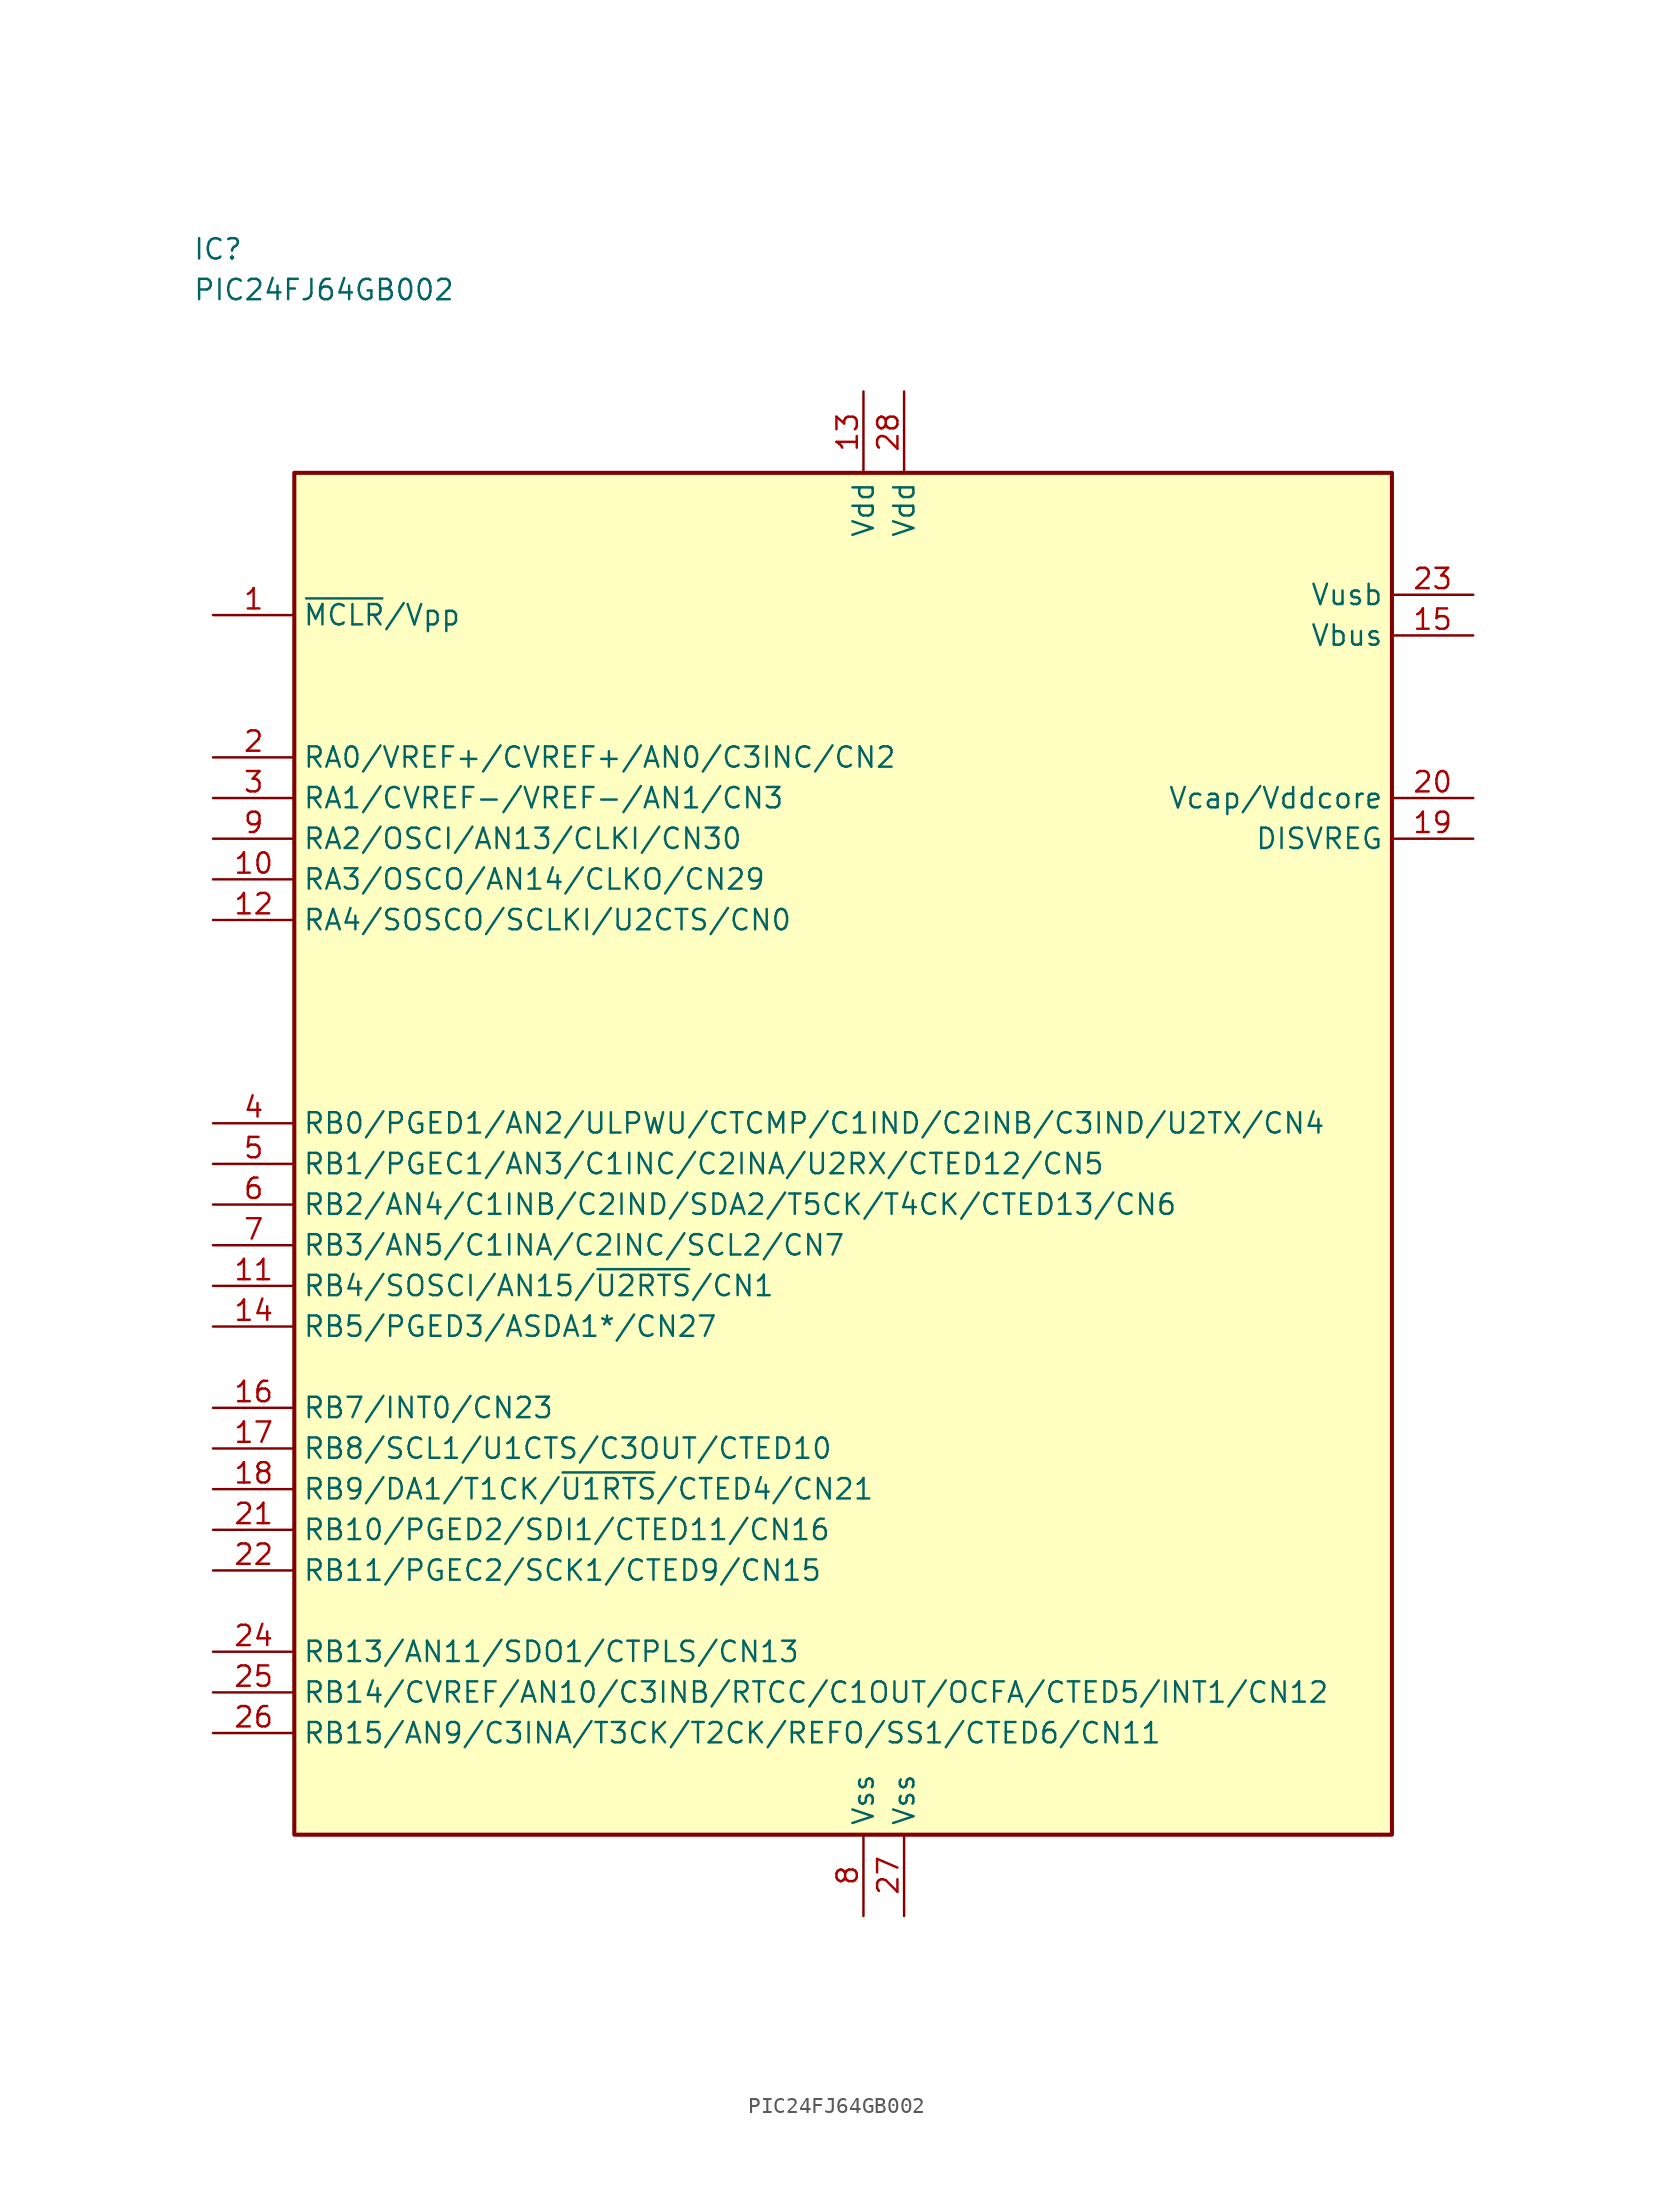
<source format=kicad_sym>
(kicad_symbol_lib
  (version 20211014)
  (generator kicad_symbol_editor)
  (symbol "PIC24FJ64GB002"
    (property "Reference" "IC"
      (at -43.18 54.61 0)
      (effects (font (size 1.27 1.27)) (justify left)))
    (property "Value" "PIC24FJ64GB002"
      (at -43.18 52.07 0)
      (effects (font (size 1.27 1.27)) (justify left)))
    (symbol "PIC24FJ64GB002_1_0"
      (rectangle (start -36.83 40.64) (end 31.75 -44.45) (stroke (width 0.254) (type default) (color 0 0 0 0)) (fill (type background))))
    (symbol "PIC24FJ64GB002_1_1"
      (pin bidirectional line (at -41.91 31.75 0) (length 5.08) (name "~{MCLR}/Vpp" (effects (font (size 1.27 1.27)))) (number "1" (effects (font (size 1.27 1.27)))))
      (pin bidirectional line (at -41.91 15.24 0) (length 5.08) (name "RA3/OSCO/AN14/CLKO/CN29" (effects (font (size 1.27 1.27)))) (number "10" (effects (font (size 1.27 1.27)))))
      (pin bidirectional line (at -41.91 -10.16 0) (length 5.08) (name "RB4/SOSCI/AN15/~{U2RTS}/CN1" (effects (font (size 1.27 1.27)))) (number "11" (effects (font (size 1.27 1.27)))))
      (pin bidirectional line (at -41.91 12.7 0) (length 5.08) (name "RA4/SOSCO/SCLKI/U2CTS/CN0" (effects (font (size 1.27 1.27)))) (number "12" (effects (font (size 1.27 1.27)))))
      (pin power_in line (at -1.27 45.72 270) (length 5.08) (name "Vdd" (effects (font (size 1.27 1.27)))) (number "13" (effects (font (size 1.27 1.27)))))
      (pin bidirectional line (at -41.91 -12.7 0) (length 5.08) (name "RB5/PGED3/ASDA1*/CN27" (effects (font (size 1.27 1.27)))) (number "14" (effects (font (size 1.27 1.27)))))
      (pin bidirectional line (at 36.83 30.48 180) (length 5.08) (name "Vbus" (effects (font (size 1.27 1.27)))) (number "15" (effects (font (size 1.27 1.27)))))
      (pin bidirectional line (at -41.91 -17.78 0) (length 5.08) (name "RB7/INT0/CN23" (effects (font (size 1.27 1.27)))) (number "16" (effects (font (size 1.27 1.27)))))
      (pin bidirectional line (at -41.91 -20.32 0) (length 5.08) (name "RB8/SCL1/U1CTS/C3OUT/CTED10" (effects (font (size 1.27 1.27)))) (number "17" (effects (font (size 1.27 1.27)))))
      (pin bidirectional line (at -41.91 -22.86 0) (length 5.08) (name "RB9/DA1/T1CK/~{U1RTS}/CTED4/CN21" (effects (font (size 1.27 1.27)))) (number "18" (effects (font (size 1.27 1.27)))))
      (pin input line (at 36.83 17.78 180) (length 5.08) (name "DISVREG" (effects (font (size 1.27 1.27)))) (number "19" (effects (font (size 1.27 1.27)))))
      (pin bidirectional line (at -41.91 22.86 0) (length 5.08) (name "RA0/VREF+/CVREF+/AN0/C3INC/CN2" (effects (font (size 1.27 1.27)))) (number "2" (effects (font (size 1.27 1.27)))))
      (pin bidirectional line (at 36.83 20.32 180) (length 5.08) (name "Vcap/Vddcore" (effects (font (size 1.27 1.27)))) (number "20" (effects (font (size 1.27 1.27)))))
      (pin bidirectional line (at -41.91 -25.4 0) (length 5.08) (name "RB10/PGED2/SDI1/CTED11/CN16" (effects (font (size 1.27 1.27)))) (number "21" (effects (font (size 1.27 1.27)))))
      (pin bidirectional line (at -41.91 -27.94 0) (length 5.08) (name "RB11/PGEC2/SCK1/CTED9/CN15" (effects (font (size 1.27 1.27)))) (number "22" (effects (font (size 1.27 1.27)))))
      (pin bidirectional line (at 36.83 33.02 180) (length 5.08) (name "Vusb" (effects (font (size 1.27 1.27)))) (number "23" (effects (font (size 1.27 1.27)))))
      (pin bidirectional line (at -41.91 -33.02 0) (length 5.08) (name "RB13/AN11/SDO1/CTPLS/CN13" (effects (font (size 1.27 1.27)))) (number "24" (effects (font (size 1.27 1.27)))))
      (pin bidirectional line (at -41.91 -35.56 0) (length 5.08) (name "RB14/CVREF/AN10/C3INB/RTCC/C1OUT/OCFA/CTED5/INT1/CN12" (effects (font (size 1.27 1.27)))) (number "25" (effects (font (size 1.27 1.27)))))
      (pin bidirectional line (at -41.91 -38.1 0) (length 5.08) (name "RB15/AN9/C3INA/T3CK/T2CK/REFO/SS1/CTED6/CN11" (effects (font (size 1.27 1.27)))) (number "26" (effects (font (size 1.27 1.27)))))
      (pin power_in line (at 1.27 -49.53 90) (length 5.08) (name "Vss" (effects (font (size 1.27 1.27)))) (number "27" (effects (font (size 1.27 1.27)))))
      (pin power_in line (at 1.27 45.72 270) (length 5.08) (name "Vdd" (effects (font (size 1.27 1.27)))) (number "28" (effects (font (size 1.27 1.27)))))
      (pin bidirectional line (at -41.91 20.32 0) (length 5.08) (name "RA1/CVREF-/VREF-/AN1/CN3" (effects (font (size 1.27 1.27)))) (number "3" (effects (font (size 1.27 1.27)))))
      (pin bidirectional line (at -41.91 0 0) (length 5.08) (name "RB0/PGED1/AN2/ULPWU/CTCMP/C1IND/C2INB/C3IND/U2TX/CN4" (effects (font (size 1.27 1.27)))) (number "4" (effects (font (size 1.27 1.27)))))
      (pin bidirectional line (at -41.91 -2.54 0) (length 5.08) (name "RB1/PGEC1/AN3/C1INC/C2INA/U2RX/CTED12/CN5" (effects (font (size 1.27 1.27)))) (number "5" (effects (font (size 1.27 1.27)))))
      (pin bidirectional line (at -41.91 -5.08 0) (length 5.08) (name "RB2/AN4/C1INB/C2IND/SDA2/T5CK/T4CK/CTED13/CN6" (effects (font (size 1.27 1.27)))) (number "6" (effects (font (size 1.27 1.27)))))
      (pin bidirectional line (at -41.91 -7.62 0) (length 5.08) (name "RB3/AN5/C1INA/C2INC/SCL2/CN7" (effects (font (size 1.27 1.27)))) (number "7" (effects (font (size 1.27 1.27)))))
      (pin power_in line (at -1.27 -49.53 90) (length 5.08) (name "Vss" (effects (font (size 1.27 1.27)))) (number "8" (effects (font (size 1.27 1.27)))))
      (pin bidirectional line (at -41.91 17.78 0) (length 5.08) (name "RA2/OSCI/AN13/CLKI/CN30" (effects (font (size 1.27 1.27)))) (number "9" (effects (font (size 1.27 1.27))))))))
</source>
